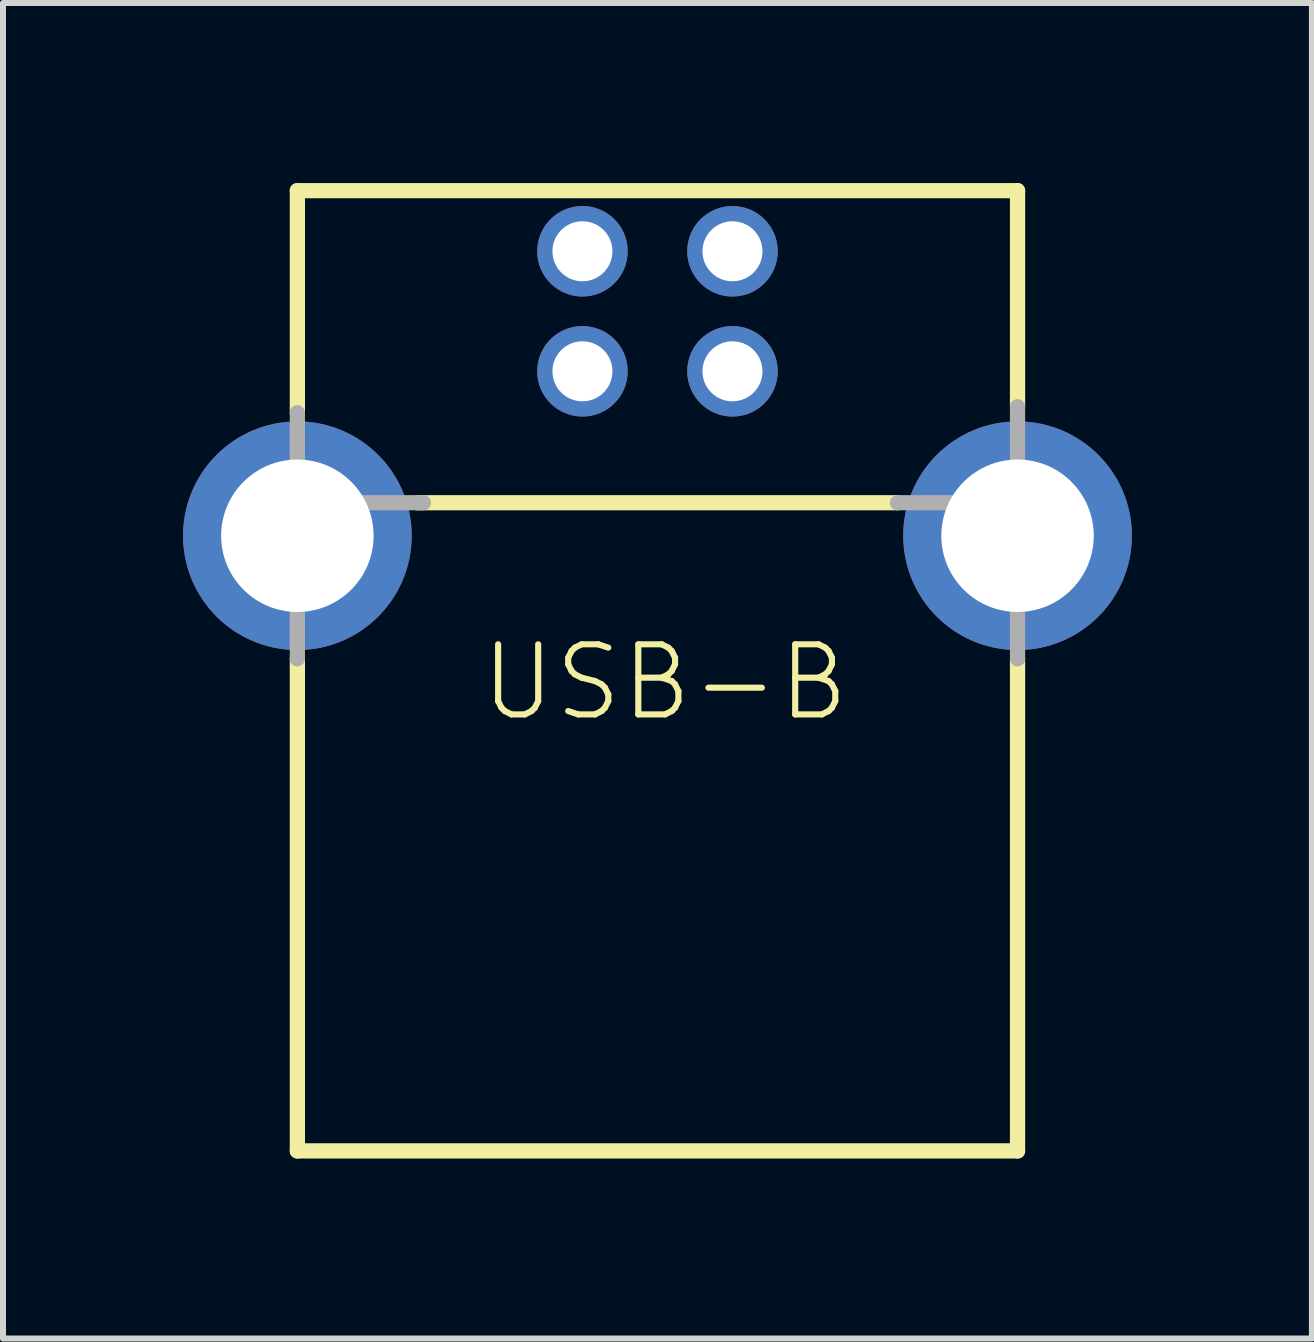
<source format=kicad_pcb>
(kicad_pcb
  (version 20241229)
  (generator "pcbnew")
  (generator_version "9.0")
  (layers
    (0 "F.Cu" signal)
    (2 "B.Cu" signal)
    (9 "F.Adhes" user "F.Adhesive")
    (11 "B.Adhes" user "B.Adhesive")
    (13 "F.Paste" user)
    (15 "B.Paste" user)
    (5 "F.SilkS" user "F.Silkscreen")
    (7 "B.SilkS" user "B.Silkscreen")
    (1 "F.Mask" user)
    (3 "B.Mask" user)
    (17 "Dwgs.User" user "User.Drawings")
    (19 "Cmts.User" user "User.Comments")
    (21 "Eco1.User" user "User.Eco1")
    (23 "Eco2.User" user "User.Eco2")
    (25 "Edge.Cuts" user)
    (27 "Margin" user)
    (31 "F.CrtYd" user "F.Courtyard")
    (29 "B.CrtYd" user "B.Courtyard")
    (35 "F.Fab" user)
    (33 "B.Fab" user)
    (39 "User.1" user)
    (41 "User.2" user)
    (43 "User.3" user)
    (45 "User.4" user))
  (footprint "USB-B"
    (layer "F.Cu")
    (at 7.905 8.507)
    (property "Reference" "USB-B" (at -3 0.495 0) (layer "F.SilkS") (effects (font (size 1.168 1.168) (thickness 0.102)) (justify left bottom)))
    (fp_line (start -6 -8.38) (end 6 -8.38) (stroke (width 0.254) (type solid)) (layer "F.SilkS"))
    (fp_line (start -6 -4.68) (end -6 -8.38) (stroke (width 0.254) (type solid)) (layer "F.SilkS"))
    (fp_line (start -6 -0.58) (end -6 7.62) (stroke (width 0.254) (type solid)) (layer "F.SilkS"))
    (fp_line (start -6 7.62) (end 6 7.62) (stroke (width 0.254) (type solid)) (layer "F.SilkS"))
    (fp_line (start -4 -3.18) (end 4 -3.18) (stroke (width 0.254) (type solid)) (layer "F.SilkS"))
    (fp_line (start 6 -4.78) (end 6 -8.38) (stroke (width 0.254) (type solid)) (layer "F.SilkS"))
    (fp_line (start 6 -0.58) (end 6 7.62) (stroke (width 0.254) (type solid)) (layer "F.SilkS"))
    (fp_line (start -6 -4.68) (end -6 -3.18) (stroke (width 0.254) (type solid)) (layer "F.Fab"))
    (fp_line (start -6 -3.18) (end -6 -0.58) (stroke (width 0.254) (type solid)) (layer "F.Fab"))
    (fp_line (start -3.9 -3.18) (end -6 -3.18) (stroke (width 0.254) (type solid)) (layer "F.Fab"))
    (fp_line (start 4 -3.18) (end 6 -3.18) (stroke (width 0.254) (type solid)) (layer "F.Fab"))
    (fp_line (start 6 -4.78) (end 6 -3.18) (stroke (width 0.254) (type solid)) (layer "F.Fab"))
    (fp_line (start 6 -3.18) (end 6 -0.58) (stroke (width 0.254) (type solid)) (layer "F.Fab"))
    (pad "1" thru_hole circle (at 1.25 -7.37) (size 1.508 1.508) (drill 1) (layers "*.Cu" "*.Mask"))
    (pad "2" thru_hole circle (at -1.25 -7.37) (size 1.508 1.508) (drill 1) (layers "*.Cu" "*.Mask"))
    (pad "3" thru_hole circle (at -1.25 -5.37) (size 1.508 1.508) (drill 1) (layers "*.Cu" "*.Mask"))
    (pad "4" thru_hole circle (at 1.25 -5.37) (size 1.508 1.508) (drill 1) (layers "*.Cu" "*.Mask"))
    (pad "P$1" thru_hole circle (at -6 -2.63) (size 3.81 3.81) (drill 2.54) (layers "*.Cu" "*.Mask"))
    (pad "P$2" thru_hole circle (at 6 -2.63) (size 3.81 3.81) (drill 2.54) (layers "*.Cu" "*.Mask")))
  (gr_rect
    (start -3 -3)
    (end 18.81 19.254)
    (stroke (width 0.1) (type default))
    (fill no)
    (layer "Edge.Cuts")))
</source>
